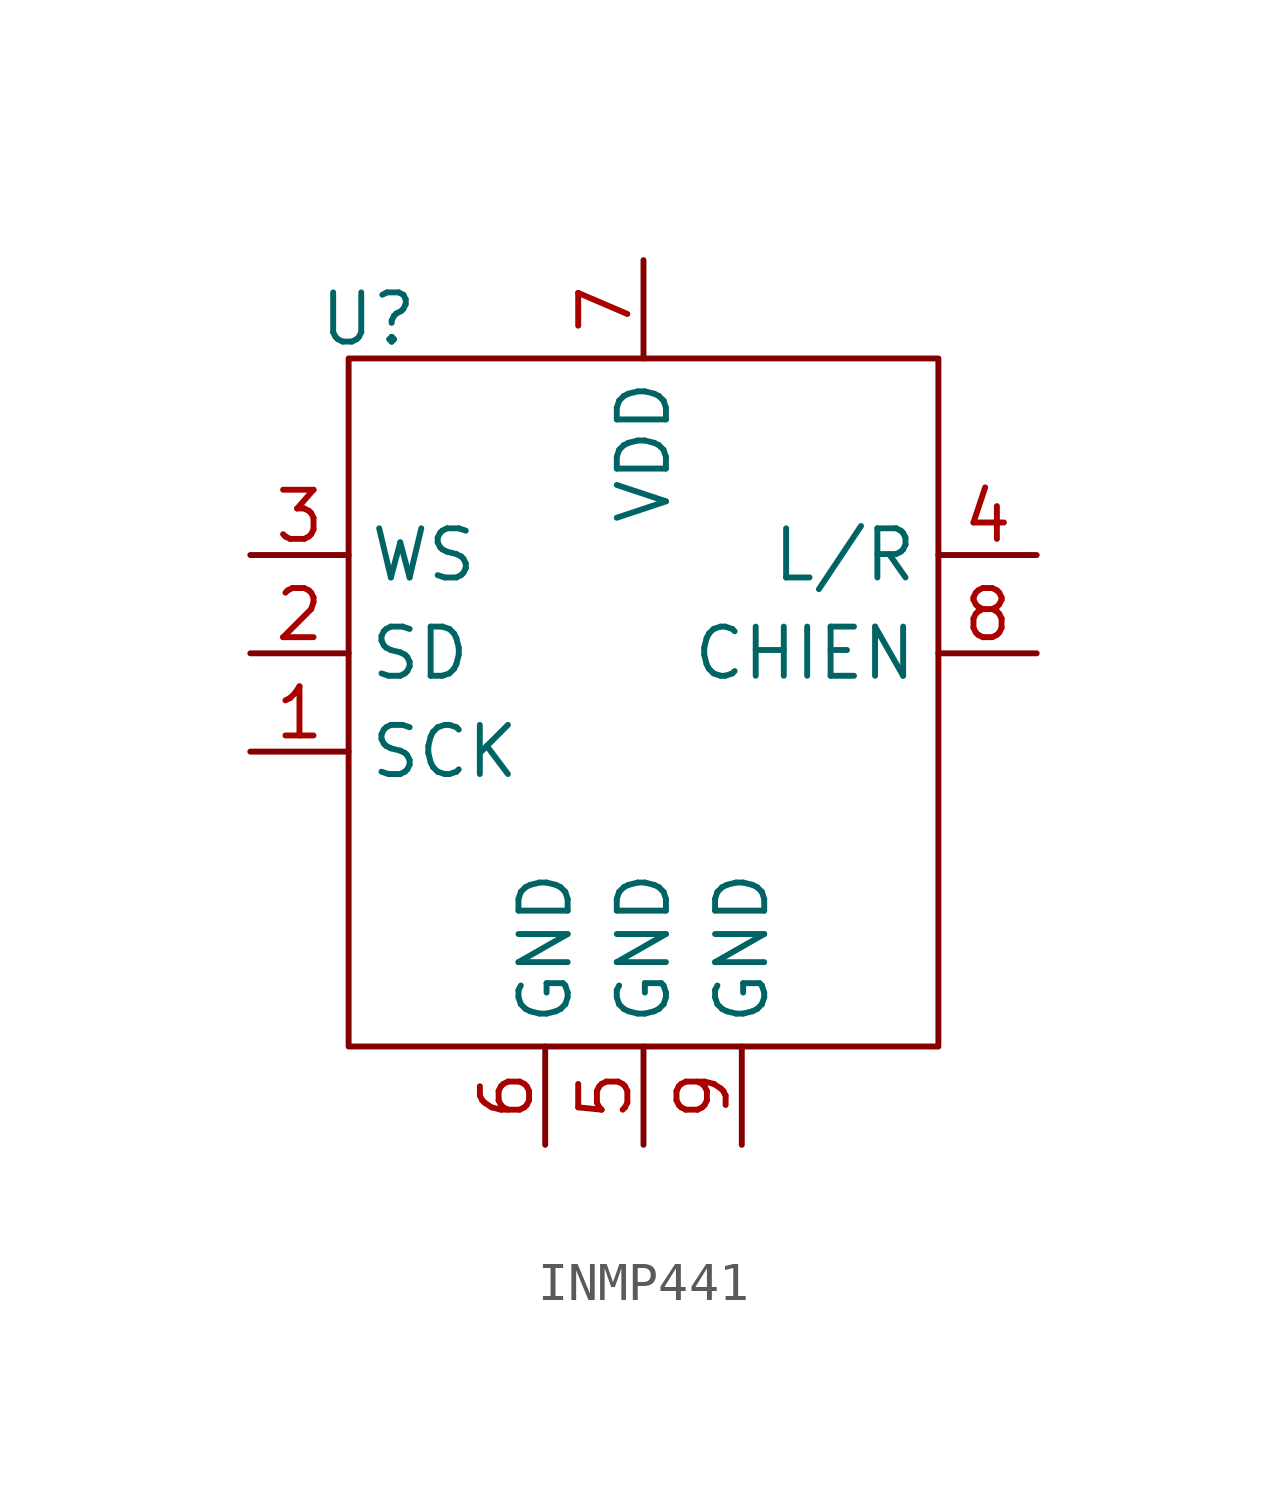
<source format=kicad_sym>
(kicad_symbol_lib
  (version 20230620)
  (generator kicad_symbol_editor)
  (symbol "INMP441"
    (property "Reference" "U"
      (at -4.572 20.066 0)
      (effects (font (size 1.27 1.27))))
    (property "Value" ""
      (at 0 0 0)
      (effects (font (size 1.27 1.27))))
    (symbol "INMP441_0_1"
      (rectangle (start -5.08 19.05) (end 10.16 1.27) (stroke (width 0) (type default)) (fill (type none))))
    (symbol "INMP441_1_1"
      (pin input line (at -7.62 8.89 0) (length 2.54) (name "SCK" (effects (font (size 1.27 1.27)))) (number "1" (effects (font (size 1.27 1.27)))))
      (pin input line (at -7.62 11.43 0) (length 2.54) (name "SD" (effects (font (size 1.27 1.27)))) (number "2" (effects (font (size 1.27 1.27)))))
      (pin input line (at -7.62 13.97 0) (length 2.54) (name "WS" (effects (font (size 1.27 1.27)))) (number "3" (effects (font (size 1.27 1.27)))))
      (pin input line (at 12.7 13.97 180) (length 2.54) (name "L/R" (effects (font (size 1.27 1.27)))) (number "4" (effects (font (size 1.27 1.27)))))
      (pin input line (at 2.54 -1.27 90) (length 2.54) (name "GND" (effects (font (size 1.27 1.27)))) (number "5" (effects (font (size 1.27 1.27)))))
      (pin input line (at 0 -1.27 90) (length 2.54) (name "GND" (effects (font (size 1.27 1.27)))) (number "6" (effects (font (size 1.27 1.27)))))
      (pin input line (at 2.54 21.59 270) (length 2.54) (name "VDD" (effects (font (size 1.27 1.27)))) (number "7" (effects (font (size 1.27 1.27)))))
      (pin input line (at 12.7 11.43 180) (length 2.54) (name "CHIEN" (effects (font (size 1.27 1.27)))) (number "8" (effects (font (size 1.27 1.27)))))
      (pin input line (at 5.08 -1.27 90) (length 2.54) (name "GND" (effects (font (size 1.27 1.27)))) (number "9" (effects (font (size 1.27 1.27))))))))
</source>
